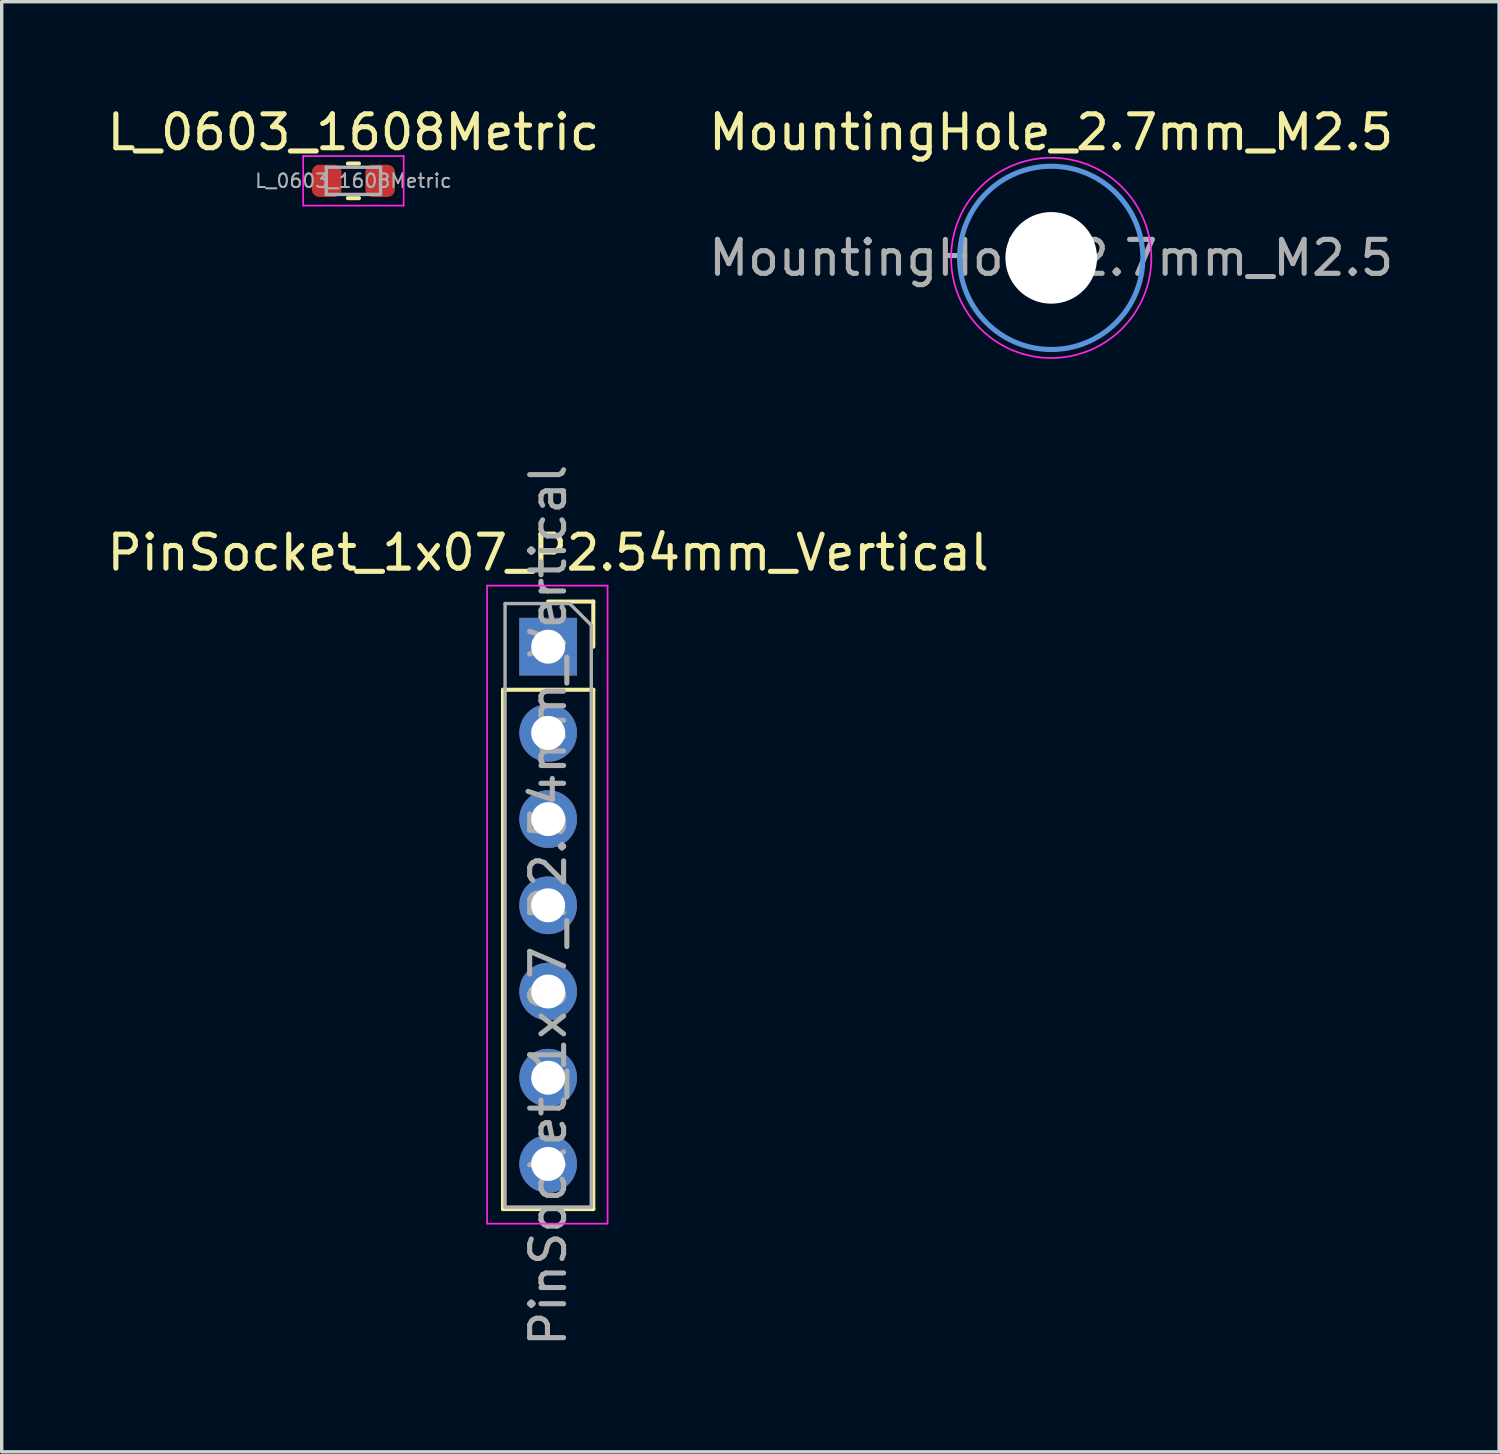
<source format=kicad_pcb>
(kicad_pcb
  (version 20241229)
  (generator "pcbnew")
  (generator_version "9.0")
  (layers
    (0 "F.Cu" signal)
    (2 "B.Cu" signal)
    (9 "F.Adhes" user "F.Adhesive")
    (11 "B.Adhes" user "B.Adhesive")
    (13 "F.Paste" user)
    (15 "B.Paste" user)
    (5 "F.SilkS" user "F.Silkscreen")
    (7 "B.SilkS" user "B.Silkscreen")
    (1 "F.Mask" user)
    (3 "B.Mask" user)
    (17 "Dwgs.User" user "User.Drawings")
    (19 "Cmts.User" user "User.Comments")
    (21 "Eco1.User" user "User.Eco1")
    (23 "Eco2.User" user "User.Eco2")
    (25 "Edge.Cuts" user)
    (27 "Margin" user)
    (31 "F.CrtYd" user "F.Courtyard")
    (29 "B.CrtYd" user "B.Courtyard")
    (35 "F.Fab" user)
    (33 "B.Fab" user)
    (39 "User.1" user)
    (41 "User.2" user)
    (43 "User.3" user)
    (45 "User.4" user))
  (footprint "L_0603_1608Metric"
    (layer "F.Cu")
    (at 7.363 2.278)
    (property "Reference" "L_0603_1608Metric" (at 0 -1.43 0) (layer "F.SilkS") (effects (font (size 1 1) (thickness 0.15))))
    (attr smd)
    (fp_line (start -0.163 -0.51) (end 0.163 -0.51) (stroke (width 0.12) (type solid)) (layer "F.SilkS"))
    (fp_line (start -0.163 0.51) (end 0.163 0.51) (stroke (width 0.12) (type solid)) (layer "F.SilkS"))
    (fp_line (start -1.48 -0.73) (end 1.48 -0.73) (stroke (width 0.05) (type solid)) (layer "F.CrtYd"))
    (fp_line (start -1.48 0.73) (end -1.48 -0.73) (stroke (width 0.05) (type solid)) (layer "F.CrtYd"))
    (fp_line (start 1.48 -0.73) (end 1.48 0.73) (stroke (width 0.05) (type solid)) (layer "F.CrtYd"))
    (fp_line (start 1.48 0.73) (end -1.48 0.73) (stroke (width 0.05) (type solid)) (layer "F.CrtYd"))
    (fp_line (start -0.8 -0.4) (end 0.8 -0.4) (stroke (width 0.1) (type solid)) (layer "F.Fab"))
    (fp_line (start -0.8 0.4) (end -0.8 -0.4) (stroke (width 0.1) (type solid)) (layer "F.Fab"))
    (fp_line (start 0.8 -0.4) (end 0.8 0.4) (stroke (width 0.1) (type solid)) (layer "F.Fab"))
    (fp_line (start 0.8 0.4) (end -0.8 0.4) (stroke (width 0.1) (type solid)) (layer "F.Fab"))
    (fp_text user "${REFERENCE}" (at 0 0 0) (layer "F.Fab") (effects (font (size 0.4 0.4) (thickness 0.06))))
    (pad "1" smd roundrect (at -0.787 0) (size 0.875 0.95) (layers "F.Cu" "F.Mask" "F.Paste") (roundrect_rratio 0.25))
    (pad "2" smd roundrect (at 0.787 0) (size 0.875 0.95) (layers "F.Cu" "F.Mask" "F.Paste") (roundrect_rratio 0.25)))
  (footprint "PinSocket_1x07_P2.54mm_Vertical"
    (layer "F.Cu")
    (at 13.101 16.004)
    (property "Reference" "PinSocket_1x07_P2.54mm_Vertical" (at 0 -2.77 0) (layer "F.SilkS") (effects (font (size 1 1) (thickness 0.15))))
    (attr through_hole)
    (fp_line (start -1.33 1.27) (end -1.33 16.57) (stroke (width 0.12) (type solid)) (layer "F.SilkS"))
    (fp_line (start -1.33 1.27) (end 1.33 1.27) (stroke (width 0.12) (type solid)) (layer "F.SilkS"))
    (fp_line (start -1.33 16.57) (end 1.33 16.57) (stroke (width 0.12) (type solid)) (layer "F.SilkS"))
    (fp_line (start 0 -1.33) (end 1.33 -1.33) (stroke (width 0.12) (type solid)) (layer "F.SilkS"))
    (fp_line (start 1.33 -1.33) (end 1.33 0) (stroke (width 0.12) (type solid)) (layer "F.SilkS"))
    (fp_line (start 1.33 1.27) (end 1.33 16.57) (stroke (width 0.12) (type solid)) (layer "F.SilkS"))
    (fp_line (start -1.8 -1.8) (end 1.75 -1.8) (stroke (width 0.05) (type solid)) (layer "F.CrtYd"))
    (fp_line (start -1.8 17) (end -1.8 -1.8) (stroke (width 0.05) (type solid)) (layer "F.CrtYd"))
    (fp_line (start 1.75 -1.8) (end 1.75 17) (stroke (width 0.05) (type solid)) (layer "F.CrtYd"))
    (fp_line (start 1.75 17) (end -1.8 17) (stroke (width 0.05) (type solid)) (layer "F.CrtYd"))
    (fp_line (start -1.27 -1.27) (end 0.635 -1.27) (stroke (width 0.1) (type solid)) (layer "F.Fab"))
    (fp_line (start -1.27 16.51) (end -1.27 -1.27) (stroke (width 0.1) (type solid)) (layer "F.Fab"))
    (fp_line (start 0.635 -1.27) (end 1.27 -0.635) (stroke (width 0.1) (type solid)) (layer "F.Fab"))
    (fp_line (start 1.27 -0.635) (end 1.27 16.51) (stroke (width 0.1) (type solid)) (layer "F.Fab"))
    (fp_line (start 1.27 16.51) (end -1.27 16.51) (stroke (width 0.1) (type solid)) (layer "F.Fab"))
    (fp_text user "${REFERENCE}" (at 0 7.62 90) (layer "F.Fab") (effects (font (size 1 1) (thickness 0.15))))
    (pad "1" thru_hole rect (at 0 0) (size 1.7 1.7) (drill 1) (layers "*.Cu" "*.Mask"))
    (pad "2" thru_hole circle (at 0 2.54) (size 1.7 1.7) (drill 1) (layers "*.Cu" "*.Mask"))
    (pad "3" thru_hole circle (at 0 5.08) (size 1.7 1.7) (drill 1) (layers "*.Cu" "*.Mask"))
    (pad "4" thru_hole circle (at 0 7.62) (size 1.7 1.7) (drill 1) (layers "*.Cu" "*.Mask"))
    (pad "5" thru_hole circle (at 0 10.16) (size 1.7 1.7) (drill 1) (layers "*.Cu" "*.Mask"))
    (pad "6" thru_hole circle (at 0 12.7) (size 1.7 1.7) (drill 1) (layers "*.Cu" "*.Mask"))
    (pad "7" thru_hole circle (at 0 15.24) (size 1.7 1.7) (drill 1) (layers "*.Cu" "*.Mask")))
  (footprint "MountingHole_2.7mm_M2.5"
    (layer "F.Cu")
    (at 27.923 4.548)
    (property "Reference" "MountingHole_2.7mm_M2.5" (at 0 -3.7 0) (layer "F.SilkS") (effects (font (size 1 1) (thickness 0.15))))
    (attr exclude_from_pos_files exclude_from_bom)
    (fp_circle (center 0 0) (end 2.7 0) (stroke (width 0.15) (type solid)) (fill no) (layer "Cmts.User"))
    (fp_circle (center 0 0) (end 2.95 0) (stroke (width 0.05) (type solid)) (fill no) (layer "F.CrtYd"))
    (fp_text user "${REFERENCE}" (at 0 0 0) (layer "F.Fab") (effects (font (size 1 1) (thickness 0.15))))
    (pad "" np_thru_hole circle (at 0 0) (size 2.7 2.7) (drill 2.7) (layers "*.Cu" "*.Mask")))
  (gr_rect
    (start -3 -3)
    (end 41.119 39.726)
    (stroke (width 0.1) (type default))
    (fill no)
    (layer "Edge.Cuts")))
</source>
